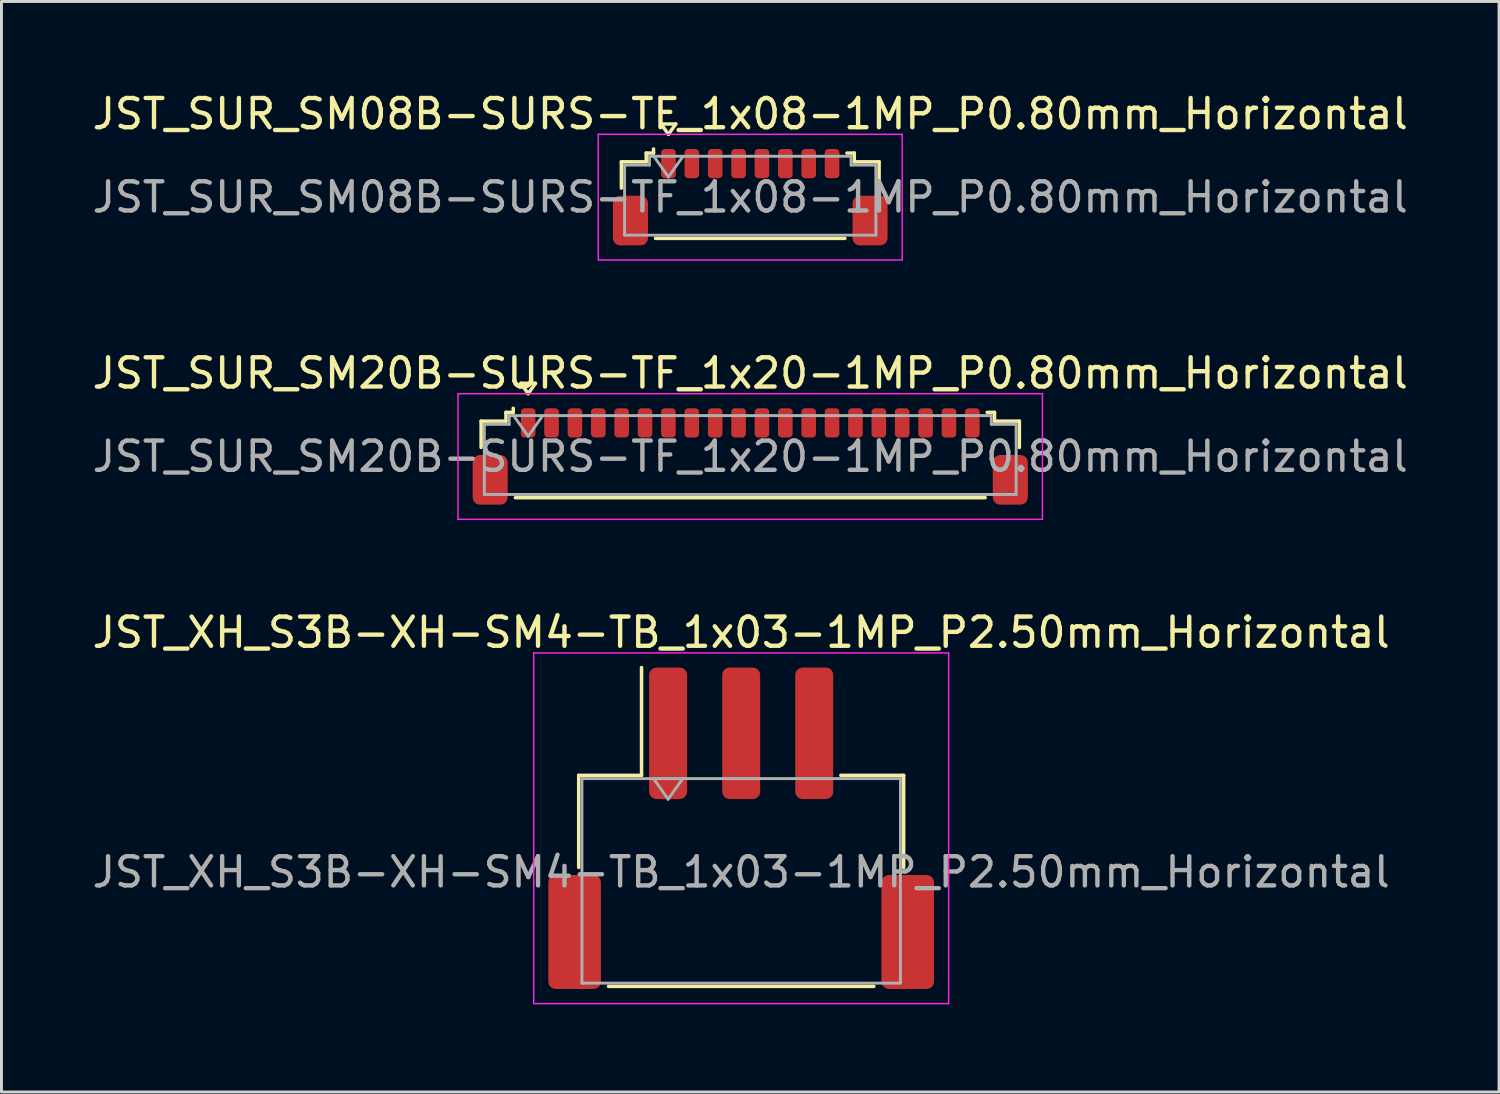
<source format=kicad_pcb>
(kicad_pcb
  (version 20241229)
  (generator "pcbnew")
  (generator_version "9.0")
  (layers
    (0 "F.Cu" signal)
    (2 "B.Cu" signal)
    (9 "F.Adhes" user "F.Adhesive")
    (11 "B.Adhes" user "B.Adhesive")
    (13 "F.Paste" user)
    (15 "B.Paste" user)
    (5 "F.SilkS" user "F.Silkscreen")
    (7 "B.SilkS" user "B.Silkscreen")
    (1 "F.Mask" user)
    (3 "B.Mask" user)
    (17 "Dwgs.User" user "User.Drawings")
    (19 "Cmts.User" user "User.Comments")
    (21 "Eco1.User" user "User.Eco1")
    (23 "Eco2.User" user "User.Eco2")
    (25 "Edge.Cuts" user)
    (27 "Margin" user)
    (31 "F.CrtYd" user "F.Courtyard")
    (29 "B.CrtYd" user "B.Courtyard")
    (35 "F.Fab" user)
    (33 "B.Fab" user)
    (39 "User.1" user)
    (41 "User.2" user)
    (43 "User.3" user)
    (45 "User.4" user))
  (footprint "JST_SUR_SM20B-SURS-TF_1x20-1MP_P0.80mm_Horizontal"
    (layer "F.Cu")
    (at 22.625 12.572)
    (property "Reference" "JST_SUR_SM20B-SURS-TF_1x20-1MP_P0.80mm_Horizontal" (at 0 -2.85 0) (layer "F.SilkS") (effects (font (size 1 1) (thickness 0.15))))
    (attr smd)
    (fp_line (start -9.21 -1.21) (end -8.36 -1.21) (stroke (width 0.12) (type solid)) (layer "F.SilkS"))
    (fp_line (start -9.21 -0.31) (end -9.21 -1.21) (stroke (width 0.12) (type solid)) (layer "F.SilkS"))
    (fp_line (start -8.36 -1.51) (end -8.11 -1.51) (stroke (width 0.12) (type solid)) (layer "F.SilkS"))
    (fp_line (start -8.36 -1.21) (end -8.36 -1.51) (stroke (width 0.12) (type solid)) (layer "F.SilkS"))
    (fp_line (start -8.11 -1.51) (end -8.11 -1.65) (stroke (width 0.12) (type solid)) (layer "F.SilkS"))
    (fp_line (start -8.04 1.41) (end 8.04 1.41) (stroke (width 0.12) (type solid)) (layer "F.SilkS"))
    (fp_line (start -7.85 -2.504) (end -7.6 -2.15) (stroke (width 0.12) (type solid)) (layer "F.SilkS"))
    (fp_line (start -7.6 -2.15) (end -7.35 -2.504) (stroke (width 0.12) (type solid)) (layer "F.SilkS"))
    (fp_line (start -7.35 -2.504) (end -7.85 -2.504) (stroke (width 0.12) (type solid)) (layer "F.SilkS"))
    (fp_line (start 8.36 -1.51) (end 8.11 -1.51) (stroke (width 0.12) (type solid)) (layer "F.SilkS"))
    (fp_line (start 8.36 -1.21) (end 8.36 -1.51) (stroke (width 0.12) (type solid)) (layer "F.SilkS"))
    (fp_line (start 9.21 -1.21) (end 8.36 -1.21) (stroke (width 0.12) (type solid)) (layer "F.SilkS"))
    (fp_line (start 9.21 -0.31) (end 9.21 -1.21) (stroke (width 0.12) (type solid)) (layer "F.SilkS"))
    (fp_line (start -10 -2.15) (end -10 2.15) (stroke (width 0.05) (type solid)) (layer "F.CrtYd"))
    (fp_line (start -10 2.15) (end 10 2.15) (stroke (width 0.05) (type solid)) (layer "F.CrtYd"))
    (fp_line (start 10 -2.15) (end -10 -2.15) (stroke (width 0.05) (type solid)) (layer "F.CrtYd"))
    (fp_line (start 10 2.15) (end 10 -2.15) (stroke (width 0.05) (type solid)) (layer "F.CrtYd"))
    (fp_line (start -9.1 -1.1) (end -9.1 1.3) (stroke (width 0.1) (type solid)) (layer "F.Fab"))
    (fp_line (start -9.1 -1.1) (end -8.25 -1.1) (stroke (width 0.1) (type solid)) (layer "F.Fab"))
    (fp_line (start -9.1 1.3) (end 9.1 1.3) (stroke (width 0.1) (type solid)) (layer "F.Fab"))
    (fp_line (start -8.25 -1.4) (end 8.25 -1.4) (stroke (width 0.1) (type solid)) (layer "F.Fab"))
    (fp_line (start -8.25 -1.1) (end -8.25 -1.4) (stroke (width 0.1) (type solid)) (layer "F.Fab"))
    (fp_line (start -8.1 -1.4) (end -7.6 -0.693) (stroke (width 0.1) (type solid)) (layer "F.Fab"))
    (fp_line (start -7.6 -0.693) (end -7.1 -1.4) (stroke (width 0.1) (type solid)) (layer "F.Fab"))
    (fp_line (start 8.25 -1.4) (end 8.25 -1.1) (stroke (width 0.1) (type solid)) (layer "F.Fab"))
    (fp_line (start 8.25 -1.1) (end 9.1 -1.1) (stroke (width 0.1) (type solid)) (layer "F.Fab"))
    (fp_line (start 9.1 -1.1) (end 9.1 1.3) (stroke (width 0.1) (type solid)) (layer "F.Fab"))
    (fp_text user "${REFERENCE}" (at 0 0 0) (layer "F.Fab") (effects (font (size 1 1) (thickness 0.15))))
    (pad "1" smd roundrect (at -7.6 -1.15) (size 0.5 1) (layers "F.Cu" "F.Mask" "F.Paste") (roundrect_rratio 0.25))
    (pad "2" smd roundrect (at -6.8 -1.15) (size 0.5 1) (layers "F.Cu" "F.Mask" "F.Paste") (roundrect_rratio 0.25))
    (pad "3" smd roundrect (at -6 -1.15) (size 0.5 1) (layers "F.Cu" "F.Mask" "F.Paste") (roundrect_rratio 0.25))
    (pad "4" smd roundrect (at -5.2 -1.15) (size 0.5 1) (layers "F.Cu" "F.Mask" "F.Paste") (roundrect_rratio 0.25))
    (pad "5" smd roundrect (at -4.4 -1.15) (size 0.5 1) (layers "F.Cu" "F.Mask" "F.Paste") (roundrect_rratio 0.25))
    (pad "6" smd roundrect (at -3.6 -1.15) (size 0.5 1) (layers "F.Cu" "F.Mask" "F.Paste") (roundrect_rratio 0.25))
    (pad "7" smd roundrect (at -2.8 -1.15) (size 0.5 1) (layers "F.Cu" "F.Mask" "F.Paste") (roundrect_rratio 0.25))
    (pad "8" smd roundrect (at -2 -1.15) (size 0.5 1) (layers "F.Cu" "F.Mask" "F.Paste") (roundrect_rratio 0.25))
    (pad "9" smd roundrect (at -1.2 -1.15) (size 0.5 1) (layers "F.Cu" "F.Mask" "F.Paste") (roundrect_rratio 0.25))
    (pad "10" smd roundrect (at -0.4 -1.15) (size 0.5 1) (layers "F.Cu" "F.Mask" "F.Paste") (roundrect_rratio 0.25))
    (pad "11" smd roundrect (at 0.4 -1.15) (size 0.5 1) (layers "F.Cu" "F.Mask" "F.Paste") (roundrect_rratio 0.25))
    (pad "12" smd roundrect (at 1.2 -1.15) (size 0.5 1) (layers "F.Cu" "F.Mask" "F.Paste") (roundrect_rratio 0.25))
    (pad "13" smd roundrect (at 2 -1.15) (size 0.5 1) (layers "F.Cu" "F.Mask" "F.Paste") (roundrect_rratio 0.25))
    (pad "14" smd roundrect (at 2.8 -1.15) (size 0.5 1) (layers "F.Cu" "F.Mask" "F.Paste") (roundrect_rratio 0.25))
    (pad "15" smd roundrect (at 3.6 -1.15) (size 0.5 1) (layers "F.Cu" "F.Mask" "F.Paste") (roundrect_rratio 0.25))
    (pad "16" smd roundrect (at 4.4 -1.15) (size 0.5 1) (layers "F.Cu" "F.Mask" "F.Paste") (roundrect_rratio 0.25))
    (pad "17" smd roundrect (at 5.2 -1.15) (size 0.5 1) (layers "F.Cu" "F.Mask" "F.Paste") (roundrect_rratio 0.25))
    (pad "18" smd roundrect (at 6 -1.15) (size 0.5 1) (layers "F.Cu" "F.Mask" "F.Paste") (roundrect_rratio 0.25))
    (pad "19" smd roundrect (at 6.8 -1.15) (size 0.5 1) (layers "F.Cu" "F.Mask" "F.Paste") (roundrect_rratio 0.25))
    (pad "20" smd roundrect (at 7.6 -1.15) (size 0.5 1) (layers "F.Cu" "F.Mask" "F.Paste") (roundrect_rratio 0.25))
    (pad "MP" smd roundrect (at -8.9 0.8) (size 1.2 1.7) (layers "F.Cu" "F.Mask" "F.Paste") (roundrect_rratio 0.208))
    (pad "MP" smd roundrect (at 8.9 0.8) (size 1.2 1.7) (layers "F.Cu" "F.Mask" "F.Paste") (roundrect_rratio 0.208)))
  (footprint "JST_SUR_SM08B-SURS-TF_1x08-1MP_P0.80mm_Horizontal"
    (layer "F.Cu")
    (at 22.625 3.698)
    (property "Reference" "JST_SUR_SM08B-SURS-TF_1x08-1MP_P0.80mm_Horizontal" (at 0 -2.85 0) (layer "F.SilkS") (effects (font (size 1 1) (thickness 0.15))))
    (attr smd)
    (fp_line (start -4.41 -1.21) (end -3.56 -1.21) (stroke (width 0.12) (type solid)) (layer "F.SilkS"))
    (fp_line (start -4.41 -0.31) (end -4.41 -1.21) (stroke (width 0.12) (type solid)) (layer "F.SilkS"))
    (fp_line (start -3.56 -1.51) (end -3.31 -1.51) (stroke (width 0.12) (type solid)) (layer "F.SilkS"))
    (fp_line (start -3.56 -1.21) (end -3.56 -1.51) (stroke (width 0.12) (type solid)) (layer "F.SilkS"))
    (fp_line (start -3.31 -1.51) (end -3.31 -1.65) (stroke (width 0.12) (type solid)) (layer "F.SilkS"))
    (fp_line (start -3.24 1.41) (end 3.24 1.41) (stroke (width 0.12) (type solid)) (layer "F.SilkS"))
    (fp_line (start -3.05 -2.504) (end -2.8 -2.15) (stroke (width 0.12) (type solid)) (layer "F.SilkS"))
    (fp_line (start -2.8 -2.15) (end -2.55 -2.504) (stroke (width 0.12) (type solid)) (layer "F.SilkS"))
    (fp_line (start -2.55 -2.504) (end -3.05 -2.504) (stroke (width 0.12) (type solid)) (layer "F.SilkS"))
    (fp_line (start 3.56 -1.51) (end 3.31 -1.51) (stroke (width 0.12) (type solid)) (layer "F.SilkS"))
    (fp_line (start 3.56 -1.21) (end 3.56 -1.51) (stroke (width 0.12) (type solid)) (layer "F.SilkS"))
    (fp_line (start 4.41 -1.21) (end 3.56 -1.21) (stroke (width 0.12) (type solid)) (layer "F.SilkS"))
    (fp_line (start 4.41 -0.31) (end 4.41 -1.21) (stroke (width 0.12) (type solid)) (layer "F.SilkS"))
    (fp_line (start -5.2 -2.15) (end -5.2 2.15) (stroke (width 0.05) (type solid)) (layer "F.CrtYd"))
    (fp_line (start -5.2 2.15) (end 5.2 2.15) (stroke (width 0.05) (type solid)) (layer "F.CrtYd"))
    (fp_line (start 5.2 -2.15) (end -5.2 -2.15) (stroke (width 0.05) (type solid)) (layer "F.CrtYd"))
    (fp_line (start 5.2 2.15) (end 5.2 -2.15) (stroke (width 0.05) (type solid)) (layer "F.CrtYd"))
    (fp_line (start -4.3 -1.1) (end -4.3 1.3) (stroke (width 0.1) (type solid)) (layer "F.Fab"))
    (fp_line (start -4.3 -1.1) (end -3.45 -1.1) (stroke (width 0.1) (type solid)) (layer "F.Fab"))
    (fp_line (start -4.3 1.3) (end 4.3 1.3) (stroke (width 0.1) (type solid)) (layer "F.Fab"))
    (fp_line (start -3.45 -1.4) (end 3.45 -1.4) (stroke (width 0.1) (type solid)) (layer "F.Fab"))
    (fp_line (start -3.45 -1.1) (end -3.45 -1.4) (stroke (width 0.1) (type solid)) (layer "F.Fab"))
    (fp_line (start -3.3 -1.4) (end -2.8 -0.693) (stroke (width 0.1) (type solid)) (layer "F.Fab"))
    (fp_line (start -2.8 -0.693) (end -2.3 -1.4) (stroke (width 0.1) (type solid)) (layer "F.Fab"))
    (fp_line (start 3.45 -1.4) (end 3.45 -1.1) (stroke (width 0.1) (type solid)) (layer "F.Fab"))
    (fp_line (start 3.45 -1.1) (end 4.3 -1.1) (stroke (width 0.1) (type solid)) (layer "F.Fab"))
    (fp_line (start 4.3 -1.1) (end 4.3 1.3) (stroke (width 0.1) (type solid)) (layer "F.Fab"))
    (fp_text user "${REFERENCE}" (at 0 0 0) (layer "F.Fab") (effects (font (size 1 1) (thickness 0.15))))
    (pad "1" smd roundrect (at -2.8 -1.15) (size 0.5 1) (layers "F.Cu" "F.Mask" "F.Paste") (roundrect_rratio 0.25))
    (pad "2" smd roundrect (at -2 -1.15) (size 0.5 1) (layers "F.Cu" "F.Mask" "F.Paste") (roundrect_rratio 0.25))
    (pad "3" smd roundrect (at -1.2 -1.15) (size 0.5 1) (layers "F.Cu" "F.Mask" "F.Paste") (roundrect_rratio 0.25))
    (pad "4" smd roundrect (at -0.4 -1.15) (size 0.5 1) (layers "F.Cu" "F.Mask" "F.Paste") (roundrect_rratio 0.25))
    (pad "5" smd roundrect (at 0.4 -1.15) (size 0.5 1) (layers "F.Cu" "F.Mask" "F.Paste") (roundrect_rratio 0.25))
    (pad "6" smd roundrect (at 1.2 -1.15) (size 0.5 1) (layers "F.Cu" "F.Mask" "F.Paste") (roundrect_rratio 0.25))
    (pad "7" smd roundrect (at 2 -1.15) (size 0.5 1) (layers "F.Cu" "F.Mask" "F.Paste") (roundrect_rratio 0.25))
    (pad "8" smd roundrect (at 2.8 -1.15) (size 0.5 1) (layers "F.Cu" "F.Mask" "F.Paste") (roundrect_rratio 0.25))
    (pad "MP" smd roundrect (at -4.1 0.8) (size 1.2 1.7) (layers "F.Cu" "F.Mask" "F.Paste") (roundrect_rratio 0.208))
    (pad "MP" smd roundrect (at 4.1 0.8) (size 1.2 1.7) (layers "F.Cu" "F.Mask" "F.Paste") (roundrect_rratio 0.208)))
  (footprint "JST_XH_S3B-XH-SM4-TB_1x03-1MP_P2.50mm_Horizontal"
    (layer "F.Cu")
    (at 22.315 25.295)
    (property "Reference" "JST_XH_S3B-XH-SM4-TB_1x03-1MP_P2.50mm_Horizontal" (at 0 -6.7 0) (layer "F.SilkS") (effects (font (size 1 1) (thickness 0.15))))
    (attr smd)
    (fp_line (start -5.56 -1.81) (end -3.41 -1.81) (stroke (width 0.12) (type solid)) (layer "F.SilkS"))
    (fp_line (start -5.56 1.34) (end -5.56 -1.81) (stroke (width 0.12) (type solid)) (layer "F.SilkS"))
    (fp_line (start -4.54 5.41) (end 4.54 5.41) (stroke (width 0.12) (type solid)) (layer "F.SilkS"))
    (fp_line (start -3.41 -1.81) (end -3.41 -5.5) (stroke (width 0.12) (type solid)) (layer "F.SilkS"))
    (fp_line (start 5.56 -1.81) (end 3.41 -1.81) (stroke (width 0.12) (type solid)) (layer "F.SilkS"))
    (fp_line (start 5.56 1.34) (end 5.56 -1.81) (stroke (width 0.12) (type solid)) (layer "F.SilkS"))
    (fp_line (start -7.1 -6) (end -7.1 6) (stroke (width 0.05) (type solid)) (layer "F.CrtYd"))
    (fp_line (start -7.1 6) (end 7.1 6) (stroke (width 0.05) (type solid)) (layer "F.CrtYd"))
    (fp_line (start 7.1 -6) (end -7.1 -6) (stroke (width 0.05) (type solid)) (layer "F.CrtYd"))
    (fp_line (start 7.1 6) (end 7.1 -6) (stroke (width 0.05) (type solid)) (layer "F.CrtYd"))
    (fp_line (start -5.45 -1.7) (end -5.45 5.3) (stroke (width 0.1) (type solid)) (layer "F.Fab"))
    (fp_line (start -5.45 -1.7) (end 5.45 -1.7) (stroke (width 0.1) (type solid)) (layer "F.Fab"))
    (fp_line (start -5.45 5.3) (end 5.45 5.3) (stroke (width 0.1) (type solid)) (layer "F.Fab"))
    (fp_line (start -3 -1.7) (end -2.5 -0.993) (stroke (width 0.1) (type solid)) (layer "F.Fab"))
    (fp_line (start -2.5 -0.993) (end -2 -1.7) (stroke (width 0.1) (type solid)) (layer "F.Fab"))
    (fp_line (start 5.45 -1.7) (end 5.45 5.3) (stroke (width 0.1) (type solid)) (layer "F.Fab"))
    (fp_text user "${REFERENCE}" (at 0 1.5 0) (layer "F.Fab") (effects (font (size 1 1) (thickness 0.15))))
    (pad "1" smd roundrect (at -2.5 -3.25) (size 1.3 4.5) (layers "F.Cu" "F.Mask" "F.Paste") (roundrect_rratio 0.192))
    (pad "2" smd roundrect (at 0 -3.25) (size 1.3 4.5) (layers "F.Cu" "F.Mask" "F.Paste") (roundrect_rratio 0.192))
    (pad "3" smd roundrect (at 2.5 -3.25) (size 1.3 4.5) (layers "F.Cu" "F.Mask" "F.Paste") (roundrect_rratio 0.192))
    (pad "MP" smd roundrect (at -5.7 3.55) (size 1.8 3.9) (layers "F.Cu" "F.Mask" "F.Paste") (roundrect_rratio 0.139))
    (pad "MP" smd roundrect (at 5.7 3.55) (size 1.8 3.9) (layers "F.Cu" "F.Mask" "F.Paste") (roundrect_rratio 0.139)))
  (gr_rect
    (start -3 -3)
    (end 48.25 34.32)
    (stroke (width 0.1) (type default))
    (fill no)
    (layer "Edge.Cuts")))
</source>
